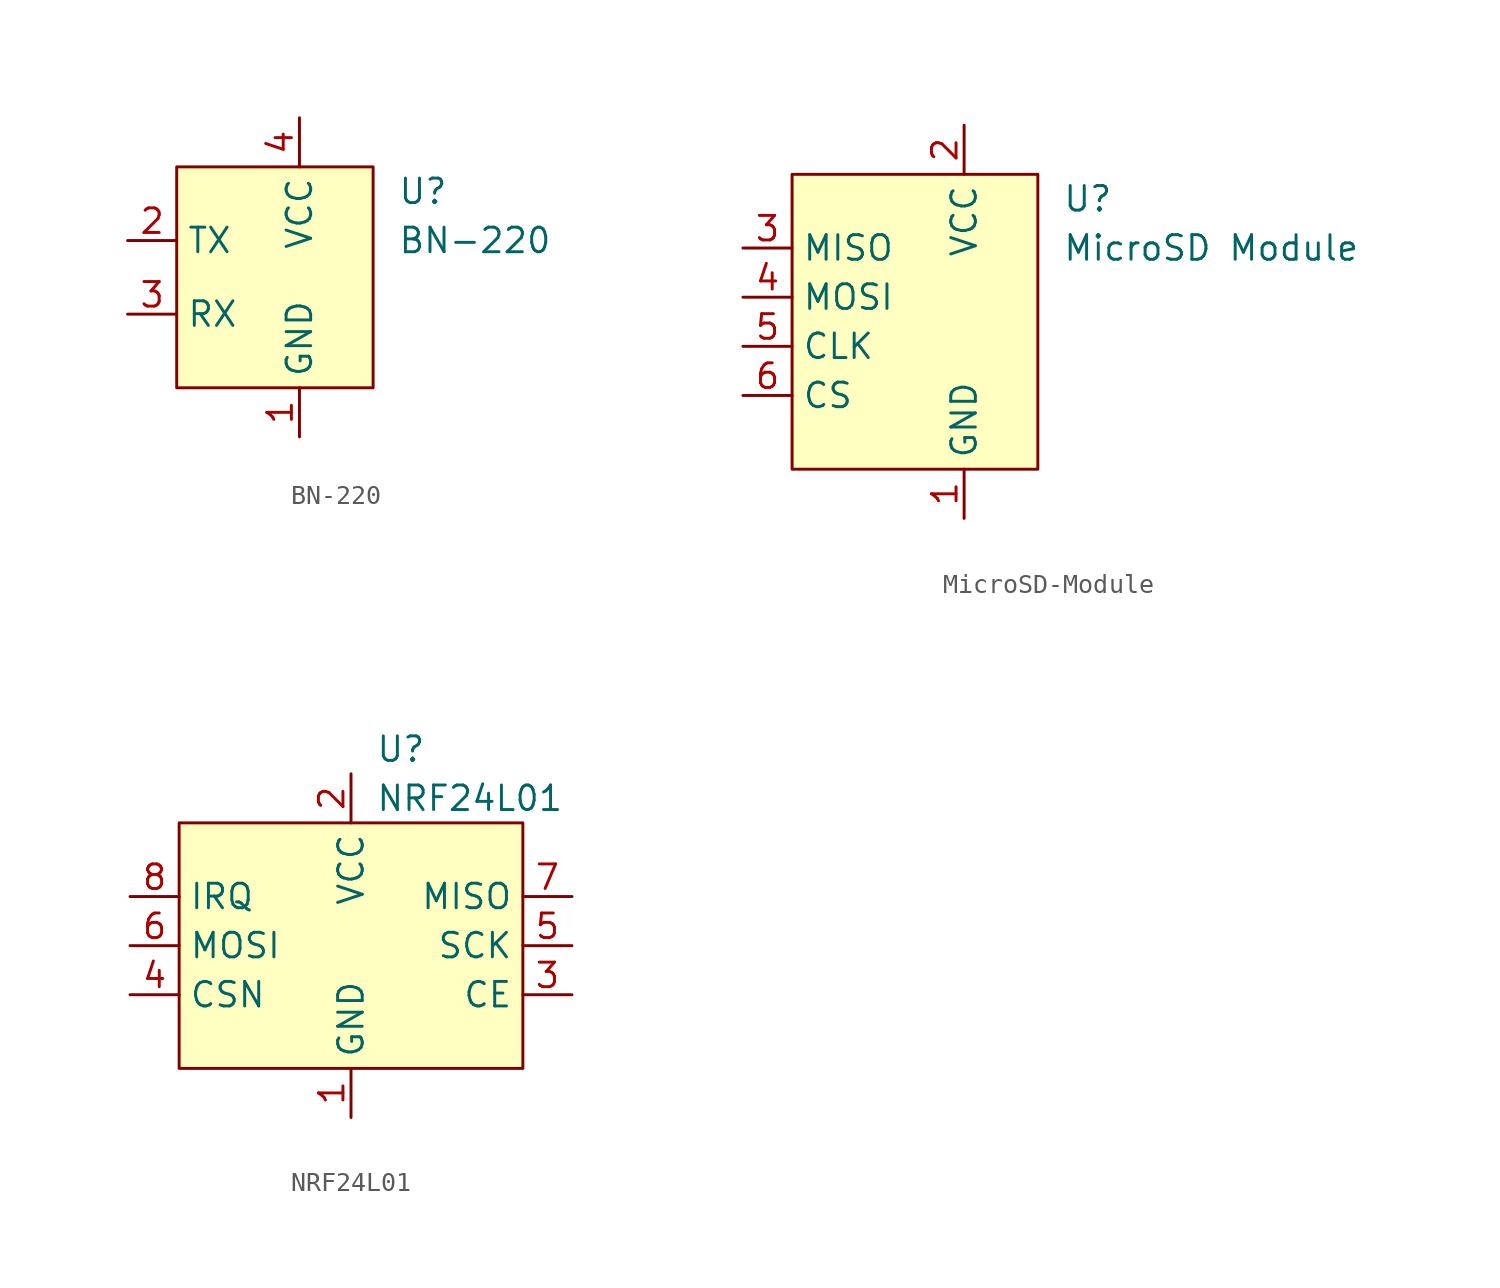
<source format=kicad_sym>
(kicad_symbol_lib
  (version 20220914)
  (generator kicad_symbol_editor)
  (symbol "BN-220"
    (property "Reference" "U"
      (at 11.43 -1.27 0)
      (effects (font (size 1.27 1.27)) (justify left)))
    (property "Value" "BN-220"
      (at 11.43 -3.81 0)
      (effects (font (size 1.27 1.27)) (justify left)))
    (symbol "BN-220_1_1"
      (rectangle (start 0 0) (end 10.16 -11.43) (stroke (width 0) (type default)) (fill (type background)))
      (pin bidirectional line (at 6.35 -13.97 90) (length 2.54) (name "GND" (effects (font (size 1.27 1.27)))) (number "1" (effects (font (size 1.27 1.27)))))
      (pin bidirectional line (at -2.54 -3.81 0) (length 2.54) (name "TX" (effects (font (size 1.27 1.27)))) (number "2" (effects (font (size 1.27 1.27)))))
      (pin bidirectional line (at -2.54 -7.62 0) (length 2.54) (name "RX" (effects (font (size 1.27 1.27)))) (number "3" (effects (font (size 1.27 1.27)))))
      (pin bidirectional line (at 6.35 2.54 270) (length 2.54) (name "VCC" (effects (font (size 1.27 1.27)))) (number "4" (effects (font (size 1.27 1.27)))))))
  (symbol "MicroSD-Module"
    (property "Reference" "U"
      (at 13.97 -1.27 0)
      (effects (font (size 1.27 1.27)) (justify left)))
    (property "Value" "MicroSD Module"
      (at 13.97 -3.81 0)
      (effects (font (size 1.27 1.27)) (justify left)))
    (symbol "MicroSD-Module_1_1"
      (rectangle (start 0 0) (end 12.7 -15.24) (stroke (width 0) (type default)) (fill (type background)))
      (pin bidirectional line (at 8.89 -17.78 90) (length 2.54) (name "GND" (effects (font (size 1.27 1.27)))) (number "1" (effects (font (size 1.27 1.27)))))
      (pin bidirectional line (at 8.89 2.54 270) (length 2.54) (name "VCC" (effects (font (size 1.27 1.27)))) (number "2" (effects (font (size 1.27 1.27)))))
      (pin bidirectional line (at -2.54 -3.81 0) (length 2.54) (name "MISO" (effects (font (size 1.27 1.27)))) (number "3" (effects (font (size 1.27 1.27)))))
      (pin bidirectional line (at -2.54 -6.35 0) (length 2.54) (name "MOSI" (effects (font (size 1.27 1.27)))) (number "4" (effects (font (size 1.27 1.27)))))
      (pin bidirectional line (at -2.54 -8.89 0) (length 2.54) (name "CLK" (effects (font (size 1.27 1.27)))) (number "5" (effects (font (size 1.27 1.27)))))
      (pin bidirectional line (at -2.54 -11.43 0) (length 2.54) (name "CS" (effects (font (size 1.27 1.27)))) (number "6" (effects (font (size 1.27 1.27)))))))
  (symbol "NRF24L01"
    (property "Reference" "U"
      (at 10.16 3.81 0)
      (effects (font (size 1.27 1.27)) (justify left)))
    (property "Value" "NRF24L01"
      (at 10.16 1.27 0)
      (effects (font (size 1.27 1.27)) (justify left)))
    (symbol "NRF24L01_1_1"
      (rectangle (start 0 0) (end 17.78 -12.7) (stroke (width 0) (type default)) (fill (type background)))
      (pin bidirectional line (at 8.89 -15.24 90) (length 2.54) (name "GND" (effects (font (size 1.27 1.27)))) (number "1" (effects (font (size 1.27 1.27)))))
      (pin bidirectional line (at 8.89 2.54 270) (length 2.54) (name "VCC" (effects (font (size 1.27 1.27)))) (number "2" (effects (font (size 1.27 1.27)))))
      (pin bidirectional line (at 20.32 -8.89 180) (length 2.54) (name "CE" (effects (font (size 1.27 1.27)))) (number "3" (effects (font (size 1.27 1.27)))))
      (pin bidirectional line (at -2.54 -8.89 0) (length 2.54) (name "CSN" (effects (font (size 1.27 1.27)))) (number "4" (effects (font (size 1.27 1.27)))))
      (pin bidirectional line (at 20.32 -6.35 180) (length 2.54) (name "SCK" (effects (font (size 1.27 1.27)))) (number "5" (effects (font (size 1.27 1.27)))))
      (pin bidirectional line (at -2.54 -6.35 0) (length 2.54) (name "MOSI" (effects (font (size 1.27 1.27)))) (number "6" (effects (font (size 1.27 1.27)))))
      (pin bidirectional line (at 20.32 -3.81 180) (length 2.54) (name "MISO" (effects (font (size 1.27 1.27)))) (number "7" (effects (font (size 1.27 1.27)))))
      (pin bidirectional line (at -2.54 -3.81 0) (length 2.54) (name "IRQ" (effects (font (size 1.27 1.27)))) (number "8" (effects (font (size 1.27 1.27))))))))
</source>
